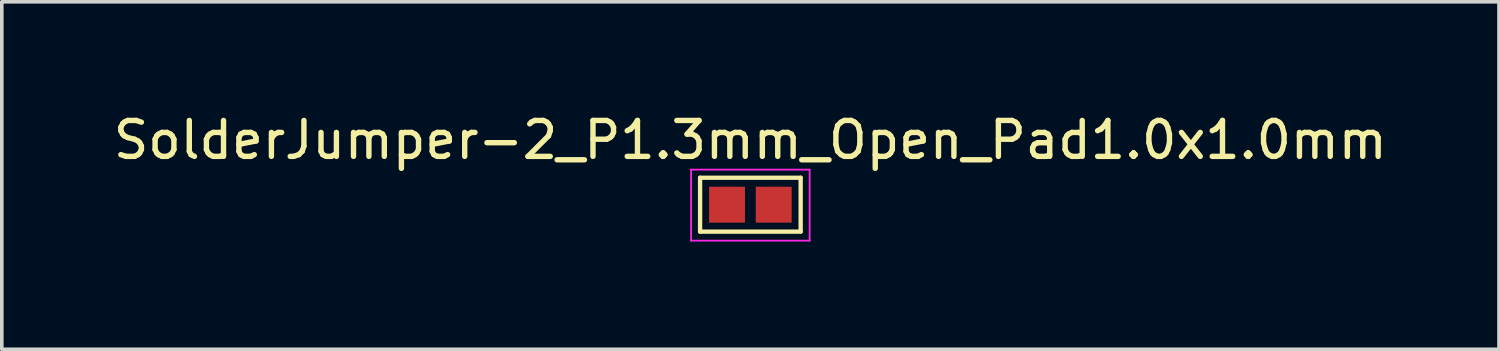
<source format=kicad_pcb>
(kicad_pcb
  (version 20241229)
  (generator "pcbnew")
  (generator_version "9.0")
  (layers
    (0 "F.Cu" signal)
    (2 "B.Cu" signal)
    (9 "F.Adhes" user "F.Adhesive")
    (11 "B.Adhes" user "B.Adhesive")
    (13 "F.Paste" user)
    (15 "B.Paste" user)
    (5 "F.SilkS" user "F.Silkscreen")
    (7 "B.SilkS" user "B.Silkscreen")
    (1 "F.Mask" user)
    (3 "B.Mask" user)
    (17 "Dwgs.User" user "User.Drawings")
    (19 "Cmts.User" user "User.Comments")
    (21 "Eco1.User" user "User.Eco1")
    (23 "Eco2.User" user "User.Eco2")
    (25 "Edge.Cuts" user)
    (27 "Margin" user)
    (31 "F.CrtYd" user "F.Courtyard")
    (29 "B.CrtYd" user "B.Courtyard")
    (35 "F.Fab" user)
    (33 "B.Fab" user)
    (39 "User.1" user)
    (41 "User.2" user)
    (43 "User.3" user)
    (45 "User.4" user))
  (footprint "SolderJumper-2_P1.3mm_Open_Pad1.0x1.0mm"
    (layer "F.Cu")
    (at 17.839 2.648)
    (property "Reference" "SolderJumper-2_P1.3mm_Open_Pad1.0x1.0mm" (at 0 -1.8 0) (layer "F.SilkS") (effects (font (size 1 1) (thickness 0.15))))
    (attr exclude_from_pos_files exclude_from_bom)
    (fp_line (start -1.4 -0.75) (end 1.4 -0.75) (stroke (width 0.12) (type solid)) (layer "F.SilkS"))
    (fp_line (start -1.4 0.75) (end -1.4 -0.75) (stroke (width 0.12) (type solid)) (layer "F.SilkS"))
    (fp_line (start 1.4 -0.75) (end 1.4 0.75) (stroke (width 0.12) (type solid)) (layer "F.SilkS"))
    (fp_line (start 1.4 0.75) (end -1.4 0.75) (stroke (width 0.12) (type solid)) (layer "F.SilkS"))
    (fp_line (start -1.65 -0.975) (end -1.65 1) (stroke (width 0.05) (type solid)) (layer "F.CrtYd"))
    (fp_line (start -1.65 -0.975) (end 1.65 -0.975) (stroke (width 0.05) (type solid)) (layer "F.CrtYd"))
    (fp_line (start 1.65 1) (end -1.65 1) (stroke (width 0.05) (type solid)) (layer "F.CrtYd"))
    (fp_line (start 1.65 1) (end 1.65 -0.975) (stroke (width 0.05) (type solid)) (layer "F.CrtYd"))
    (pad "1" smd rect (at -0.65 0) (size 1 1) (layers "F.Cu" "F.Mask"))
    (pad "2" smd rect (at 0.65 0) (size 1 1) (layers "F.Cu" "F.Mask")))
  (gr_rect
    (start -3 -3)
    (end 38.679 6.673)
    (stroke (width 0.1) (type default))
    (fill no)
    (layer "Edge.Cuts")))
</source>
